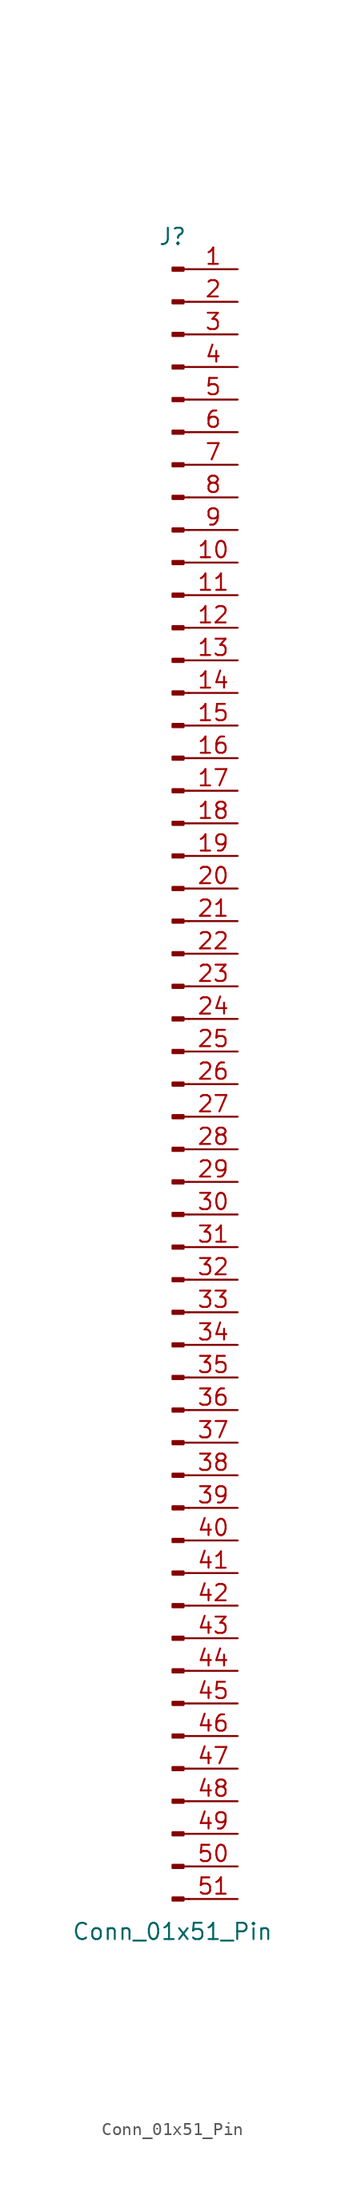
<source format=kicad_sym>
(kicad_symbol_lib
  (version 20241209)
  (generator "kicad_symbol_editor")
  (generator_version "9.0")
  (symbol "Conn_01x51_Pin"
    (pin_names
      (offset 1.016)
      (hide yes))
    (property "Reference" "J"
      (at 0 66.04 0)
      (effects (font (size 1.27 1.27))))
    (property "Value" "Conn_01x51_Pin"
      (at 0 -66.04 0)
      (effects (font (size 1.27 1.27))))
    (property "ki_locked" ""
      (at 0 0 0)
      (effects (font (size 1.27 1.27))))
    (symbol "Conn_01x51_Pin_1_1"
      (rectangle (start 0.864 63.627) (end 0 63.373) (stroke (width 0.152) (type default)) (fill (type outline)))
      (rectangle (start 0.864 61.087) (end 0 60.833) (stroke (width 0.152) (type default)) (fill (type outline)))
      (rectangle (start 0.864 58.547) (end 0 58.293) (stroke (width 0.152) (type default)) (fill (type outline)))
      (rectangle (start 0.864 56.007) (end 0 55.753) (stroke (width 0.152) (type default)) (fill (type outline)))
      (rectangle (start 0.864 53.467) (end 0 53.213) (stroke (width 0.152) (type default)) (fill (type outline)))
      (rectangle (start 0.864 50.927) (end 0 50.673) (stroke (width 0.152) (type default)) (fill (type outline)))
      (rectangle (start 0.864 48.387) (end 0 48.133) (stroke (width 0.152) (type default)) (fill (type outline)))
      (rectangle (start 0.864 45.847) (end 0 45.593) (stroke (width 0.152) (type default)) (fill (type outline)))
      (rectangle (start 0.864 43.307) (end 0 43.053) (stroke (width 0.152) (type default)) (fill (type outline)))
      (rectangle (start 0.864 40.767) (end 0 40.513) (stroke (width 0.152) (type default)) (fill (type outline)))
      (rectangle (start 0.864 38.227) (end 0 37.973) (stroke (width 0.152) (type default)) (fill (type outline)))
      (rectangle (start 0.864 35.687) (end 0 35.433) (stroke (width 0.152) (type default)) (fill (type outline)))
      (rectangle (start 0.864 33.147) (end 0 32.893) (stroke (width 0.152) (type default)) (fill (type outline)))
      (rectangle (start 0.864 30.607) (end 0 30.353) (stroke (width 0.152) (type default)) (fill (type outline)))
      (rectangle (start 0.864 28.067) (end 0 27.813) (stroke (width 0.152) (type default)) (fill (type outline)))
      (rectangle (start 0.864 25.527) (end 0 25.273) (stroke (width 0.152) (type default)) (fill (type outline)))
      (rectangle (start 0.864 22.987) (end 0 22.733) (stroke (width 0.152) (type default)) (fill (type outline)))
      (rectangle (start 0.864 20.447) (end 0 20.193) (stroke (width 0.152) (type default)) (fill (type outline)))
      (rectangle (start 0.864 17.907) (end 0 17.653) (stroke (width 0.152) (type default)) (fill (type outline)))
      (rectangle (start 0.864 15.367) (end 0 15.113) (stroke (width 0.152) (type default)) (fill (type outline)))
      (rectangle (start 0.864 12.827) (end 0 12.573) (stroke (width 0.152) (type default)) (fill (type outline)))
      (rectangle (start 0.864 10.287) (end 0 10.033) (stroke (width 0.152) (type default)) (fill (type outline)))
      (rectangle (start 0.864 7.747) (end 0 7.493) (stroke (width 0.152) (type default)) (fill (type outline)))
      (rectangle (start 0.864 5.207) (end 0 4.953) (stroke (width 0.152) (type default)) (fill (type outline)))
      (rectangle (start 0.864 2.667) (end 0 2.413) (stroke (width 0.152) (type default)) (fill (type outline)))
      (rectangle (start 0.864 0.127) (end 0 -0.127) (stroke (width 0.152) (type default)) (fill (type outline)))
      (rectangle (start 0.864 -2.413) (end 0 -2.667) (stroke (width 0.152) (type default)) (fill (type outline)))
      (rectangle (start 0.864 -4.953) (end 0 -5.207) (stroke (width 0.152) (type default)) (fill (type outline)))
      (rectangle (start 0.864 -7.493) (end 0 -7.747) (stroke (width 0.152) (type default)) (fill (type outline)))
      (rectangle (start 0.864 -10.033) (end 0 -10.287) (stroke (width 0.152) (type default)) (fill (type outline)))
      (rectangle (start 0.864 -12.573) (end 0 -12.827) (stroke (width 0.152) (type default)) (fill (type outline)))
      (rectangle (start 0.864 -15.113) (end 0 -15.367) (stroke (width 0.152) (type default)) (fill (type outline)))
      (rectangle (start 0.864 -17.653) (end 0 -17.907) (stroke (width 0.152) (type default)) (fill (type outline)))
      (rectangle (start 0.864 -20.193) (end 0 -20.447) (stroke (width 0.152) (type default)) (fill (type outline)))
      (rectangle (start 0.864 -22.733) (end 0 -22.987) (stroke (width 0.152) (type default)) (fill (type outline)))
      (rectangle (start 0.864 -25.273) (end 0 -25.527) (stroke (width 0.152) (type default)) (fill (type outline)))
      (rectangle (start 0.864 -27.813) (end 0 -28.067) (stroke (width 0.152) (type default)) (fill (type outline)))
      (rectangle (start 0.864 -30.353) (end 0 -30.607) (stroke (width 0.152) (type default)) (fill (type outline)))
      (rectangle (start 0.864 -32.893) (end 0 -33.147) (stroke (width 0.152) (type default)) (fill (type outline)))
      (rectangle (start 0.864 -35.433) (end 0 -35.687) (stroke (width 0.152) (type default)) (fill (type outline)))
      (rectangle (start 0.864 -37.973) (end 0 -38.227) (stroke (width 0.152) (type default)) (fill (type outline)))
      (rectangle (start 0.864 -40.513) (end 0 -40.767) (stroke (width 0.152) (type default)) (fill (type outline)))
      (rectangle (start 0.864 -43.053) (end 0 -43.307) (stroke (width 0.152) (type default)) (fill (type outline)))
      (rectangle (start 0.864 -45.593) (end 0 -45.847) (stroke (width 0.152) (type default)) (fill (type outline)))
      (rectangle (start 0.864 -48.133) (end 0 -48.387) (stroke (width 0.152) (type default)) (fill (type outline)))
      (rectangle (start 0.864 -50.673) (end 0 -50.927) (stroke (width 0.152) (type default)) (fill (type outline)))
      (rectangle (start 0.864 -53.213) (end 0 -53.467) (stroke (width 0.152) (type default)) (fill (type outline)))
      (rectangle (start 0.864 -55.753) (end 0 -56.007) (stroke (width 0.152) (type default)) (fill (type outline)))
      (rectangle (start 0.864 -58.293) (end 0 -58.547) (stroke (width 0.152) (type default)) (fill (type outline)))
      (rectangle (start 0.864 -60.833) (end 0 -61.087) (stroke (width 0.152) (type default)) (fill (type outline)))
      (rectangle (start 0.864 -63.373) (end 0 -63.627) (stroke (width 0.152) (type default)) (fill (type outline)))
      (polyline (pts (xy 1.27 63.5) (xy 0.864 63.5)) (stroke (width 0.152) (type default)) (fill (type none)))
      (polyline (pts (xy 1.27 60.96) (xy 0.864 60.96)) (stroke (width 0.152) (type default)) (fill (type none)))
      (polyline (pts (xy 1.27 58.42) (xy 0.864 58.42)) (stroke (width 0.152) (type default)) (fill (type none)))
      (polyline (pts (xy 1.27 55.88) (xy 0.864 55.88)) (stroke (width 0.152) (type default)) (fill (type none)))
      (polyline (pts (xy 1.27 53.34) (xy 0.864 53.34)) (stroke (width 0.152) (type default)) (fill (type none)))
      (polyline (pts (xy 1.27 50.8) (xy 0.864 50.8)) (stroke (width 0.152) (type default)) (fill (type none)))
      (polyline (pts (xy 1.27 48.26) (xy 0.864 48.26)) (stroke (width 0.152) (type default)) (fill (type none)))
      (polyline (pts (xy 1.27 45.72) (xy 0.864 45.72)) (stroke (width 0.152) (type default)) (fill (type none)))
      (polyline (pts (xy 1.27 43.18) (xy 0.864 43.18)) (stroke (width 0.152) (type default)) (fill (type none)))
      (polyline (pts (xy 1.27 40.64) (xy 0.864 40.64)) (stroke (width 0.152) (type default)) (fill (type none)))
      (polyline (pts (xy 1.27 38.1) (xy 0.864 38.1)) (stroke (width 0.152) (type default)) (fill (type none)))
      (polyline (pts (xy 1.27 35.56) (xy 0.864 35.56)) (stroke (width 0.152) (type default)) (fill (type none)))
      (polyline (pts (xy 1.27 33.02) (xy 0.864 33.02)) (stroke (width 0.152) (type default)) (fill (type none)))
      (polyline (pts (xy 1.27 30.48) (xy 0.864 30.48)) (stroke (width 0.152) (type default)) (fill (type none)))
      (polyline (pts (xy 1.27 27.94) (xy 0.864 27.94)) (stroke (width 0.152) (type default)) (fill (type none)))
      (polyline (pts (xy 1.27 25.4) (xy 0.864 25.4)) (stroke (width 0.152) (type default)) (fill (type none)))
      (polyline (pts (xy 1.27 22.86) (xy 0.864 22.86)) (stroke (width 0.152) (type default)) (fill (type none)))
      (polyline (pts (xy 1.27 20.32) (xy 0.864 20.32)) (stroke (width 0.152) (type default)) (fill (type none)))
      (polyline (pts (xy 1.27 17.78) (xy 0.864 17.78)) (stroke (width 0.152) (type default)) (fill (type none)))
      (polyline (pts (xy 1.27 15.24) (xy 0.864 15.24)) (stroke (width 0.152) (type default)) (fill (type none)))
      (polyline (pts (xy 1.27 12.7) (xy 0.864 12.7)) (stroke (width 0.152) (type default)) (fill (type none)))
      (polyline (pts (xy 1.27 10.16) (xy 0.864 10.16)) (stroke (width 0.152) (type default)) (fill (type none)))
      (polyline (pts (xy 1.27 7.62) (xy 0.864 7.62)) (stroke (width 0.152) (type default)) (fill (type none)))
      (polyline (pts (xy 1.27 5.08) (xy 0.864 5.08)) (stroke (width 0.152) (type default)) (fill (type none)))
      (polyline (pts (xy 1.27 2.54) (xy 0.864 2.54)) (stroke (width 0.152) (type default)) (fill (type none)))
      (polyline (pts (xy 1.27 0) (xy 0.864 0)) (stroke (width 0.152) (type default)) (fill (type none)))
      (polyline (pts (xy 1.27 -2.54) (xy 0.864 -2.54)) (stroke (width 0.152) (type default)) (fill (type none)))
      (polyline (pts (xy 1.27 -5.08) (xy 0.864 -5.08)) (stroke (width 0.152) (type default)) (fill (type none)))
      (polyline (pts (xy 1.27 -7.62) (xy 0.864 -7.62)) (stroke (width 0.152) (type default)) (fill (type none)))
      (polyline (pts (xy 1.27 -10.16) (xy 0.864 -10.16)) (stroke (width 0.152) (type default)) (fill (type none)))
      (polyline (pts (xy 1.27 -12.7) (xy 0.864 -12.7)) (stroke (width 0.152) (type default)) (fill (type none)))
      (polyline (pts (xy 1.27 -15.24) (xy 0.864 -15.24)) (stroke (width 0.152) (type default)) (fill (type none)))
      (polyline (pts (xy 1.27 -17.78) (xy 0.864 -17.78)) (stroke (width 0.152) (type default)) (fill (type none)))
      (polyline (pts (xy 1.27 -20.32) (xy 0.864 -20.32)) (stroke (width 0.152) (type default)) (fill (type none)))
      (polyline (pts (xy 1.27 -22.86) (xy 0.864 -22.86)) (stroke (width 0.152) (type default)) (fill (type none)))
      (polyline (pts (xy 1.27 -25.4) (xy 0.864 -25.4)) (stroke (width 0.152) (type default)) (fill (type none)))
      (polyline (pts (xy 1.27 -27.94) (xy 0.864 -27.94)) (stroke (width 0.152) (type default)) (fill (type none)))
      (polyline (pts (xy 1.27 -30.48) (xy 0.864 -30.48)) (stroke (width 0.152) (type default)) (fill (type none)))
      (polyline (pts (xy 1.27 -33.02) (xy 0.864 -33.02)) (stroke (width 0.152) (type default)) (fill (type none)))
      (polyline (pts (xy 1.27 -35.56) (xy 0.864 -35.56)) (stroke (width 0.152) (type default)) (fill (type none)))
      (polyline (pts (xy 1.27 -38.1) (xy 0.864 -38.1)) (stroke (width 0.152) (type default)) (fill (type none)))
      (polyline (pts (xy 1.27 -40.64) (xy 0.864 -40.64)) (stroke (width 0.152) (type default)) (fill (type none)))
      (polyline (pts (xy 1.27 -43.18) (xy 0.864 -43.18)) (stroke (width 0.152) (type default)) (fill (type none)))
      (polyline (pts (xy 1.27 -45.72) (xy 0.864 -45.72)) (stroke (width 0.152) (type default)) (fill (type none)))
      (polyline (pts (xy 1.27 -48.26) (xy 0.864 -48.26)) (stroke (width 0.152) (type default)) (fill (type none)))
      (polyline (pts (xy 1.27 -50.8) (xy 0.864 -50.8)) (stroke (width 0.152) (type default)) (fill (type none)))
      (polyline (pts (xy 1.27 -53.34) (xy 0.864 -53.34)) (stroke (width 0.152) (type default)) (fill (type none)))
      (polyline (pts (xy 1.27 -55.88) (xy 0.864 -55.88)) (stroke (width 0.152) (type default)) (fill (type none)))
      (polyline (pts (xy 1.27 -58.42) (xy 0.864 -58.42)) (stroke (width 0.152) (type default)) (fill (type none)))
      (polyline (pts (xy 1.27 -60.96) (xy 0.864 -60.96)) (stroke (width 0.152) (type default)) (fill (type none)))
      (polyline (pts (xy 1.27 -63.5) (xy 0.864 -63.5)) (stroke (width 0.152) (type default)) (fill (type none)))
      (pin passive line (at 5.08 63.5 180) (length 3.81) (name "Pin_1" (effects (font (size 1.27 1.27)))) (number "1" (effects (font (size 1.27 1.27)))))
      (pin passive line (at 5.08 60.96 180) (length 3.81) (name "Pin_2" (effects (font (size 1.27 1.27)))) (number "2" (effects (font (size 1.27 1.27)))))
      (pin passive line (at 5.08 58.42 180) (length 3.81) (name "Pin_3" (effects (font (size 1.27 1.27)))) (number "3" (effects (font (size 1.27 1.27)))))
      (pin passive line (at 5.08 55.88 180) (length 3.81) (name "Pin_4" (effects (font (size 1.27 1.27)))) (number "4" (effects (font (size 1.27 1.27)))))
      (pin passive line (at 5.08 53.34 180) (length 3.81) (name "Pin_5" (effects (font (size 1.27 1.27)))) (number "5" (effects (font (size 1.27 1.27)))))
      (pin passive line (at 5.08 50.8 180) (length 3.81) (name "Pin_6" (effects (font (size 1.27 1.27)))) (number "6" (effects (font (size 1.27 1.27)))))
      (pin passive line (at 5.08 48.26 180) (length 3.81) (name "Pin_7" (effects (font (size 1.27 1.27)))) (number "7" (effects (font (size 1.27 1.27)))))
      (pin passive line (at 5.08 45.72 180) (length 3.81) (name "Pin_8" (effects (font (size 1.27 1.27)))) (number "8" (effects (font (size 1.27 1.27)))))
      (pin passive line (at 5.08 43.18 180) (length 3.81) (name "Pin_9" (effects (font (size 1.27 1.27)))) (number "9" (effects (font (size 1.27 1.27)))))
      (pin passive line (at 5.08 40.64 180) (length 3.81) (name "Pin_10" (effects (font (size 1.27 1.27)))) (number "10" (effects (font (size 1.27 1.27)))))
      (pin passive line (at 5.08 38.1 180) (length 3.81) (name "Pin_11" (effects (font (size 1.27 1.27)))) (number "11" (effects (font (size 1.27 1.27)))))
      (pin passive line (at 5.08 35.56 180) (length 3.81) (name "Pin_12" (effects (font (size 1.27 1.27)))) (number "12" (effects (font (size 1.27 1.27)))))
      (pin passive line (at 5.08 33.02 180) (length 3.81) (name "Pin_13" (effects (font (size 1.27 1.27)))) (number "13" (effects (font (size 1.27 1.27)))))
      (pin passive line (at 5.08 30.48 180) (length 3.81) (name "Pin_14" (effects (font (size 1.27 1.27)))) (number "14" (effects (font (size 1.27 1.27)))))
      (pin passive line (at 5.08 27.94 180) (length 3.81) (name "Pin_15" (effects (font (size 1.27 1.27)))) (number "15" (effects (font (size 1.27 1.27)))))
      (pin passive line (at 5.08 25.4 180) (length 3.81) (name "Pin_16" (effects (font (size 1.27 1.27)))) (number "16" (effects (font (size 1.27 1.27)))))
      (pin passive line (at 5.08 22.86 180) (length 3.81) (name "Pin_17" (effects (font (size 1.27 1.27)))) (number "17" (effects (font (size 1.27 1.27)))))
      (pin passive line (at 5.08 20.32 180) (length 3.81) (name "Pin_18" (effects (font (size 1.27 1.27)))) (number "18" (effects (font (size 1.27 1.27)))))
      (pin passive line (at 5.08 17.78 180) (length 3.81) (name "Pin_19" (effects (font (size 1.27 1.27)))) (number "19" (effects (font (size 1.27 1.27)))))
      (pin passive line (at 5.08 15.24 180) (length 3.81) (name "Pin_20" (effects (font (size 1.27 1.27)))) (number "20" (effects (font (size 1.27 1.27)))))
      (pin passive line (at 5.08 12.7 180) (length 3.81) (name "Pin_21" (effects (font (size 1.27 1.27)))) (number "21" (effects (font (size 1.27 1.27)))))
      (pin passive line (at 5.08 10.16 180) (length 3.81) (name "Pin_22" (effects (font (size 1.27 1.27)))) (number "22" (effects (font (size 1.27 1.27)))))
      (pin passive line (at 5.08 7.62 180) (length 3.81) (name "Pin_23" (effects (font (size 1.27 1.27)))) (number "23" (effects (font (size 1.27 1.27)))))
      (pin passive line (at 5.08 5.08 180) (length 3.81) (name "Pin_24" (effects (font (size 1.27 1.27)))) (number "24" (effects (font (size 1.27 1.27)))))
      (pin passive line (at 5.08 2.54 180) (length 3.81) (name "Pin_25" (effects (font (size 1.27 1.27)))) (number "25" (effects (font (size 1.27 1.27)))))
      (pin passive line (at 5.08 0 180) (length 3.81) (name "Pin_26" (effects (font (size 1.27 1.27)))) (number "26" (effects (font (size 1.27 1.27)))))
      (pin passive line (at 5.08 -2.54 180) (length 3.81) (name "Pin_27" (effects (font (size 1.27 1.27)))) (number "27" (effects (font (size 1.27 1.27)))))
      (pin passive line (at 5.08 -5.08 180) (length 3.81) (name "Pin_28" (effects (font (size 1.27 1.27)))) (number "28" (effects (font (size 1.27 1.27)))))
      (pin passive line (at 5.08 -7.62 180) (length 3.81) (name "Pin_29" (effects (font (size 1.27 1.27)))) (number "29" (effects (font (size 1.27 1.27)))))
      (pin passive line (at 5.08 -10.16 180) (length 3.81) (name "Pin_30" (effects (font (size 1.27 1.27)))) (number "30" (effects (font (size 1.27 1.27)))))
      (pin passive line (at 5.08 -12.7 180) (length 3.81) (name "Pin_31" (effects (font (size 1.27 1.27)))) (number "31" (effects (font (size 1.27 1.27)))))
      (pin passive line (at 5.08 -15.24 180) (length 3.81) (name "Pin_32" (effects (font (size 1.27 1.27)))) (number "32" (effects (font (size 1.27 1.27)))))
      (pin passive line (at 5.08 -17.78 180) (length 3.81) (name "Pin_33" (effects (font (size 1.27 1.27)))) (number "33" (effects (font (size 1.27 1.27)))))
      (pin passive line (at 5.08 -20.32 180) (length 3.81) (name "Pin_34" (effects (font (size 1.27 1.27)))) (number "34" (effects (font (size 1.27 1.27)))))
      (pin passive line (at 5.08 -22.86 180) (length 3.81) (name "Pin_35" (effects (font (size 1.27 1.27)))) (number "35" (effects (font (size 1.27 1.27)))))
      (pin passive line (at 5.08 -25.4 180) (length 3.81) (name "Pin_36" (effects (font (size 1.27 1.27)))) (number "36" (effects (font (size 1.27 1.27)))))
      (pin passive line (at 5.08 -27.94 180) (length 3.81) (name "Pin_37" (effects (font (size 1.27 1.27)))) (number "37" (effects (font (size 1.27 1.27)))))
      (pin passive line (at 5.08 -30.48 180) (length 3.81) (name "Pin_38" (effects (font (size 1.27 1.27)))) (number "38" (effects (font (size 1.27 1.27)))))
      (pin passive line (at 5.08 -33.02 180) (length 3.81) (name "Pin_39" (effects (font (size 1.27 1.27)))) (number "39" (effects (font (size 1.27 1.27)))))
      (pin passive line (at 5.08 -35.56 180) (length 3.81) (name "Pin_40" (effects (font (size 1.27 1.27)))) (number "40" (effects (font (size 1.27 1.27)))))
      (pin passive line (at 5.08 -38.1 180) (length 3.81) (name "Pin_41" (effects (font (size 1.27 1.27)))) (number "41" (effects (font (size 1.27 1.27)))))
      (pin passive line (at 5.08 -40.64 180) (length 3.81) (name "Pin_42" (effects (font (size 1.27 1.27)))) (number "42" (effects (font (size 1.27 1.27)))))
      (pin passive line (at 5.08 -43.18 180) (length 3.81) (name "Pin_43" (effects (font (size 1.27 1.27)))) (number "43" (effects (font (size 1.27 1.27)))))
      (pin passive line (at 5.08 -45.72 180) (length 3.81) (name "Pin_44" (effects (font (size 1.27 1.27)))) (number "44" (effects (font (size 1.27 1.27)))))
      (pin passive line (at 5.08 -48.26 180) (length 3.81) (name "Pin_45" (effects (font (size 1.27 1.27)))) (number "45" (effects (font (size 1.27 1.27)))))
      (pin passive line (at 5.08 -50.8 180) (length 3.81) (name "Pin_46" (effects (font (size 1.27 1.27)))) (number "46" (effects (font (size 1.27 1.27)))))
      (pin passive line (at 5.08 -53.34 180) (length 3.81) (name "Pin_47" (effects (font (size 1.27 1.27)))) (number "47" (effects (font (size 1.27 1.27)))))
      (pin passive line (at 5.08 -55.88 180) (length 3.81) (name "Pin_48" (effects (font (size 1.27 1.27)))) (number "48" (effects (font (size 1.27 1.27)))))
      (pin passive line (at 5.08 -58.42 180) (length 3.81) (name "Pin_49" (effects (font (size 1.27 1.27)))) (number "49" (effects (font (size 1.27 1.27)))))
      (pin passive line (at 5.08 -60.96 180) (length 3.81) (name "Pin_50" (effects (font (size 1.27 1.27)))) (number "50" (effects (font (size 1.27 1.27)))))
      (pin passive line (at 5.08 -63.5 180) (length 3.81) (name "Pin_51" (effects (font (size 1.27 1.27)))) (number "51" (effects (font (size 1.27 1.27))))))))
</source>
